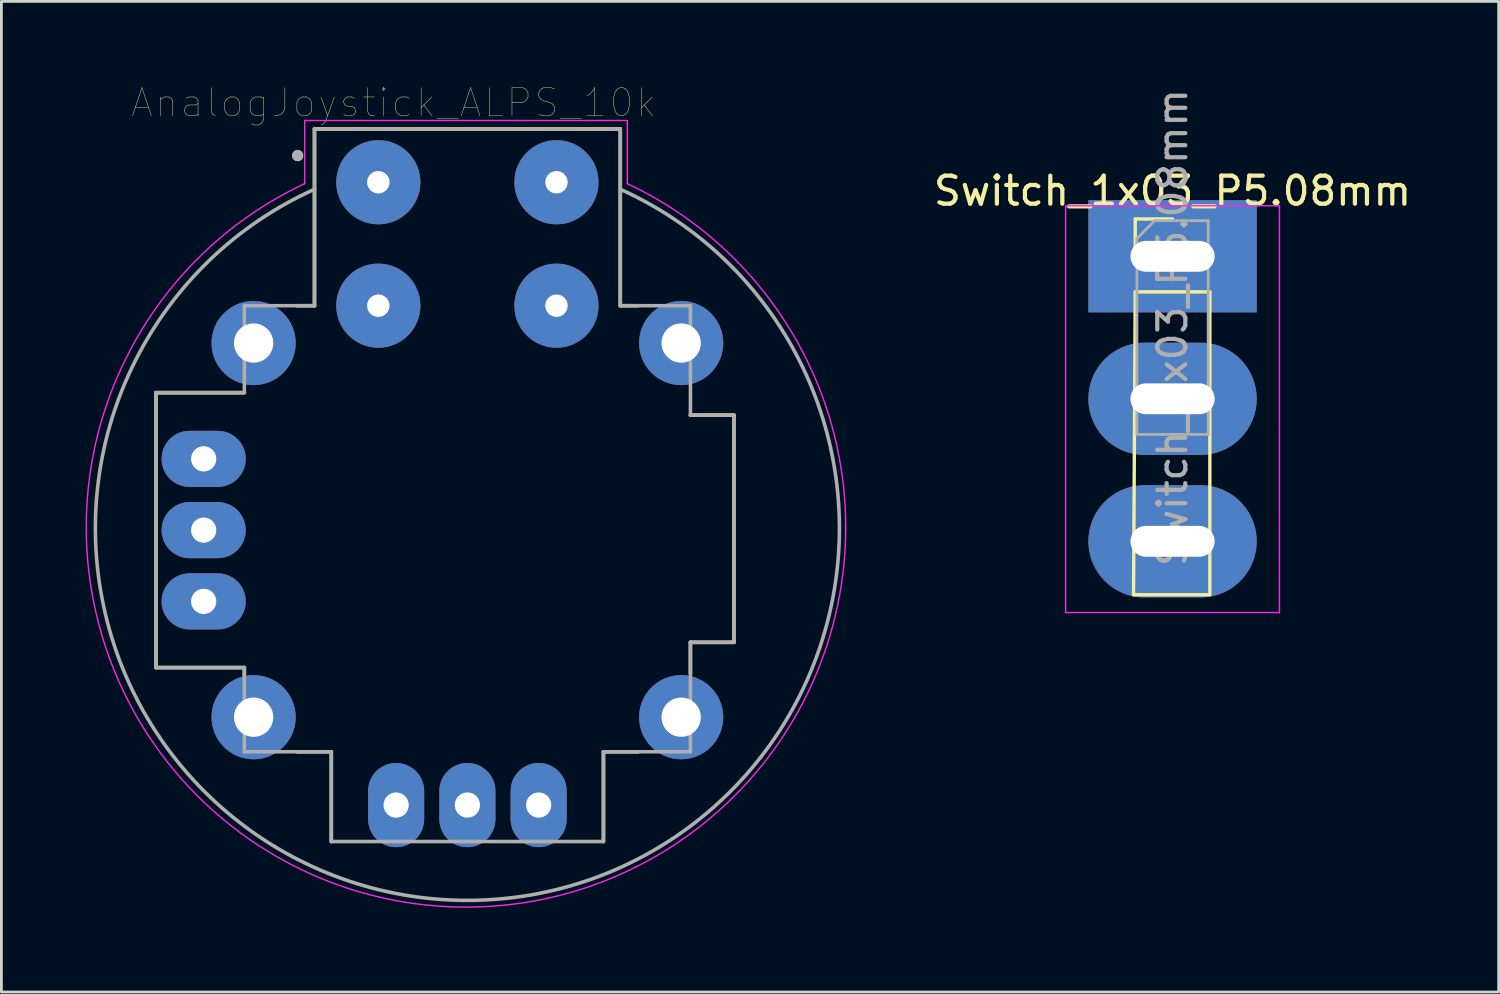
<source format=kicad_pcb>
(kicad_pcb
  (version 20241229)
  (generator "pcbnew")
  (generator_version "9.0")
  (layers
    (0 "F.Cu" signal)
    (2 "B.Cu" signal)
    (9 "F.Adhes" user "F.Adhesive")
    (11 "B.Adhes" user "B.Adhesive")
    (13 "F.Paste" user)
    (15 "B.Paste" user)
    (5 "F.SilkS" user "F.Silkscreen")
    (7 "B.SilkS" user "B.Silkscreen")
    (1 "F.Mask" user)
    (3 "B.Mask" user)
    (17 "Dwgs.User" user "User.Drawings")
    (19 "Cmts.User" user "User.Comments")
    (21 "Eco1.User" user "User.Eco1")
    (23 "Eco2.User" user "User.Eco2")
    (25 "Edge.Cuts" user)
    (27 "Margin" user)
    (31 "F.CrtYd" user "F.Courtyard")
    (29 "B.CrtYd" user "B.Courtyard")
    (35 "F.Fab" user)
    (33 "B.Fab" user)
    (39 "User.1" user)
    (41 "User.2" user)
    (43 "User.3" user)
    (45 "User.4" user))
  (footprint "AnalogJoystick_ALPS_10k"
    (layer "F.Cu")
    (at 13.61 15.846)
    (property "Reference" "AnalogJoystick_ALPS_10k" (at -2.625 -15.235 0) (layer "F.SilkS") (effects (font (size 1 1) (thickness 0.015))))
    (attr through_hole)
    (fp_line (start -11.1 -4.9) (end -7.95 -4.9) (stroke (width 0.127) (type solid)) (layer "F.SilkS"))
    (fp_line (start -11.1 4.9) (end -11.1 -4.9) (stroke (width 0.127) (type solid)) (layer "F.SilkS"))
    (fp_line (start -7.95 4.9) (end -11.1 4.9) (stroke (width 0.127) (type solid)) (layer "F.SilkS"))
    (fp_line (start -7.95 5.17) (end -7.95 4.9) (stroke (width 0.127) (type solid)) (layer "F.SilkS"))
    (fp_line (start -6.07 -8) (end -5.45 -8) (stroke (width 0.127) (type solid)) (layer "F.SilkS"))
    (fp_line (start -5.45 -14.3) (end 5.45 -14.3) (stroke (width 0.127) (type solid)) (layer "F.SilkS"))
    (fp_line (start -5.45 -8) (end -5.45 -14.3) (stroke (width 0.127) (type solid)) (layer "F.SilkS"))
    (fp_line (start -4.85 7.9) (end -6.07 7.9) (stroke (width 0.127) (type solid)) (layer "F.SilkS"))
    (fp_line (start -4.85 11.1) (end -4.85 7.9) (stroke (width 0.127) (type solid)) (layer "F.SilkS"))
    (fp_line (start 4.85 7.9) (end 4.85 11.1) (stroke (width 0.127) (type solid)) (layer "F.SilkS"))
    (fp_line (start 5.45 -14.3) (end 5.45 -8) (stroke (width 0.127) (type solid)) (layer "F.SilkS"))
    (fp_line (start 5.45 -8) (end 6.08 -8) (stroke (width 0.127) (type solid)) (layer "F.SilkS"))
    (fp_line (start 6.08 7.9) (end 4.85 7.9) (stroke (width 0.127) (type solid)) (layer "F.SilkS"))
    (fp_line (start 7.95 -4.1) (end 9.5 -4.1) (stroke (width 0.127) (type solid)) (layer "F.SilkS"))
    (fp_line (start 7.95 4) (end 7.95 5.12) (stroke (width 0.127) (type solid)) (layer "F.SilkS"))
    (fp_line (start 9.5 -4.1) (end 9.5 4) (stroke (width 0.127) (type solid)) (layer "F.SilkS"))
    (fp_line (start 9.5 4) (end 7.95 4) (stroke (width 0.127) (type solid)) (layer "F.SilkS"))
    (fp_circle (center -6.05 -13.35) (end -5.95 -13.35) (stroke (width 0.2) (type solid)) (fill no) (layer "F.SilkS"))
    (fp_line (start -5.8 -14.6) (end 5.7 -14.6) (stroke (width 0.05) (type solid)) (layer "F.CrtYd"))
    (fp_line (start -5.8 -12.35) (end -5.8 -14.6) (stroke (width 0.05) (type solid)) (layer "F.CrtYd"))
    (fp_line (start 5.7 -14.6) (end 5.7 -12.35) (stroke (width 0.05) (type solid)) (layer "F.CrtYd"))
    (fp_arc (start 5.7 -12.35) (mid -0.05 13.437438) (end -5.8 -12.35) (stroke (width 0.05) (type solid)) (layer "F.CrtYd"))
    (fp_line (start -11.1 -4.9) (end -11.1 4.9) (stroke (width 0.127) (type solid)) (layer "F.Fab"))
    (fp_line (start -7.95 -4.9) (end -11.1 -4.9) (stroke (width 0.127) (type solid)) (layer "F.Fab"))
    (fp_line (start -7.95 -4.9) (end -7.95 -8) (stroke (width 0.127) (type solid)) (layer "F.Fab"))
    (fp_line (start -7.95 4.9) (end -11.1 4.9) (stroke (width 0.127) (type solid)) (layer "F.Fab"))
    (fp_line (start -7.95 4.9) (end -7.95 7.9) (stroke (width 0.127) (type solid)) (layer "F.Fab"))
    (fp_line (start -5.45 -14.3) (end -5.45 -8) (stroke (width 0.127) (type solid)) (layer "F.Fab"))
    (fp_line (start -5.45 -8) (end -7.95 -8) (stroke (width 0.127) (type solid)) (layer "F.Fab"))
    (fp_line (start -4.85 7.9) (end -7.95 7.9) (stroke (width 0.127) (type solid)) (layer "F.Fab"))
    (fp_line (start -4.85 11.1) (end -4.85 7.9) (stroke (width 0.127) (type solid)) (layer "F.Fab"))
    (fp_line (start 4.85 7.9) (end 7.95 7.9) (stroke (width 0.127) (type solid)) (layer "F.Fab"))
    (fp_line (start 4.85 11.1) (end -4.85 11.1) (stroke (width 0.127) (type solid)) (layer "F.Fab"))
    (fp_line (start 4.85 11.1) (end 4.85 7.9) (stroke (width 0.127) (type solid)) (layer "F.Fab"))
    (fp_line (start 5.45 -14.3) (end -5.45 -14.3) (stroke (width 0.127) (type solid)) (layer "F.Fab"))
    (fp_line (start 5.45 -14.3) (end 5.45 -8) (stroke (width 0.127) (type solid)) (layer "F.Fab"))
    (fp_line (start 7.95 -8) (end 5.45 -8) (stroke (width 0.127) (type solid)) (layer "F.Fab"))
    (fp_line (start 7.95 -4.1) (end 7.95 -8) (stroke (width 0.127) (type solid)) (layer "F.Fab"))
    (fp_line (start 7.95 -4.1) (end 9.5 -4.1) (stroke (width 0.127) (type solid)) (layer "F.Fab"))
    (fp_line (start 7.95 4) (end 7.95 7.9) (stroke (width 0.127) (type solid)) (layer "F.Fab"))
    (fp_line (start 7.95 4) (end 9.5 4) (stroke (width 0.127) (type solid)) (layer "F.Fab"))
    (fp_line (start 9.5 -4.1) (end 9.5 4) (stroke (width 0.127) (type solid)) (layer "F.Fab"))
    (fp_arc (start 5.45 -12.15) (mid 0 13.197504) (end -5.45 -12.15) (stroke (width 0.127) (type solid)) (layer "F.Fab"))
    (fp_circle (center -6.05 -13.35) (end -5.95 -13.35) (stroke (width 0.2) (type solid)) (fill no) (layer "F.Fab"))
    (pad "B1A" thru_hole circle (at -3.175 -12.4) (size 3 3) (drill 0.8) (layers "*.Cu" "*.Mask"))
    (pad "B1B" thru_hole circle (at 3.175 -12.4) (size 3 3) (drill 0.8) (layers "*.Cu" "*.Mask"))
    (pad "B2A" thru_hole circle (at -3.175 -8) (size 3 3) (drill 0.8) (layers "*.Cu" "*.Mask"))
    (pad "B2B" thru_hole circle (at 3.175 -8) (size 3 3) (drill 0.8) (layers "*.Cu" "*.Mask"))
    (pad "H1" thru_hole oval (at -2.54 9.8) (size 2 3) (drill 0.9) (layers "*.Cu" "*.Mask"))
    (pad "H2" thru_hole oval (at 0 9.8) (size 2 3) (drill 0.9) (layers "*.Cu" "*.Mask"))
    (pad "H3" thru_hole oval (at 2.54 9.8) (size 2 3) (drill 0.9) (layers "*.Cu" "*.Mask"))
    (pad "S1" thru_hole circle (at -7.62 -6.668) (size 3 3) (drill 1.4) (layers "*.Cu" "*.Mask"))
    (pad "S2" thru_hole circle (at -7.62 6.668) (size 3 3) (drill 1.4) (layers "*.Cu" "*.Mask"))
    (pad "S3" thru_hole circle (at 7.62 6.668) (size 3 3) (drill 1.4) (layers "*.Cu" "*.Mask"))
    (pad "S4" thru_hole circle (at 7.62 -6.668) (size 3 3) (drill 1.4) (layers "*.Cu" "*.Mask"))
    (pad "V1" thru_hole oval (at -9.4 -2.54) (size 3 2) (drill 0.9) (layers "*.Cu" "*.Mask"))
    (pad "V2" thru_hole oval (at -9.4 0) (size 3 2) (drill 0.9) (layers "*.Cu" "*.Mask"))
    (pad "V3" thru_hole oval (at -9.4 2.54) (size 3 2) (drill 0.9) (layers "*.Cu" "*.Mask")))
  (footprint "Switch_1x03_P5.08mm"
    (layer "F.Cu")
    (at 38.745 6.085)
    (property "Reference" "Switch_1x03_P5.08mm" (at 0 -2.33 0) (layer "F.SilkS") (effects (font (size 1 1) (thickness 0.15))))
    (attr through_hole)
    (fp_line (start -1.39 12.065) (end 1.27 12.065) (stroke (width 0.12) (type solid)) (layer "F.SilkS"))
    (fp_line (start -1.33 -1.33) (end 0 -1.33) (stroke (width 0.12) (type solid)) (layer "F.SilkS"))
    (fp_line (start -1.33 0) (end -1.33 -1.33) (stroke (width 0.12) (type solid)) (layer "F.SilkS"))
    (fp_line (start -1.33 1.27) (end -1.39 12.065) (stroke (width 0.12) (type solid)) (layer "F.SilkS"))
    (fp_line (start -1.33 1.27) (end 1.33 1.27) (stroke (width 0.12) (type solid)) (layer "F.SilkS"))
    (fp_line (start 1.33 1.27) (end 1.33 12.065) (stroke (width 0.12) (type solid)) (layer "F.SilkS"))
    (fp_line (start -3.81 -1.8) (end -3.81 12.7) (stroke (width 0.05) (type solid)) (layer "F.CrtYd"))
    (fp_line (start -3.81 12.7) (end 3.81 12.7) (stroke (width 0.05) (type solid)) (layer "F.CrtYd"))
    (fp_line (start 3.81 -1.8) (end -3.81 -1.8) (stroke (width 0.05) (type solid)) (layer "F.CrtYd"))
    (fp_line (start 3.81 12.7) (end 3.81 -1.8) (stroke (width 0.05) (type solid)) (layer "F.CrtYd"))
    (fp_line (start -1.27 -0.635) (end -0.635 -1.27) (stroke (width 0.1) (type solid)) (layer "F.Fab"))
    (fp_line (start -1.27 6.35) (end -1.27 -0.635) (stroke (width 0.1) (type solid)) (layer "F.Fab"))
    (fp_line (start -0.635 -1.27) (end 1.27 -1.27) (stroke (width 0.1) (type solid)) (layer "F.Fab"))
    (fp_line (start 1.27 -1.27) (end 1.27 6.35) (stroke (width 0.1) (type solid)) (layer "F.Fab"))
    (fp_line (start 1.27 6.35) (end -1.27 6.35) (stroke (width 0.1) (type solid)) (layer "F.Fab"))
    (fp_text user "${REFERENCE}" (at 0 2.54 90) (layer "F.Fab") (effects (font (size 1 1) (thickness 0.15))))
    (pad "1" thru_hole rect (at 0 0) (size 6 4) (drill oval 3 1.1) (layers "*.Cu" "*.Mask"))
    (pad "2" thru_hole oval (at 0 5.08) (size 6 4) (drill oval 3 1.1) (layers "*.Cu" "*.Mask"))
    (pad "3" thru_hole oval (at 0 10.16) (size 6 4) (drill oval 3 1.1) (layers "*.Cu" "*.Mask")))
  (gr_rect
    (start -3 -3)
    (end 50.37 32.309)
    (stroke (width 0.1) (type default))
    (fill no)
    (layer "Edge.Cuts")))
</source>
